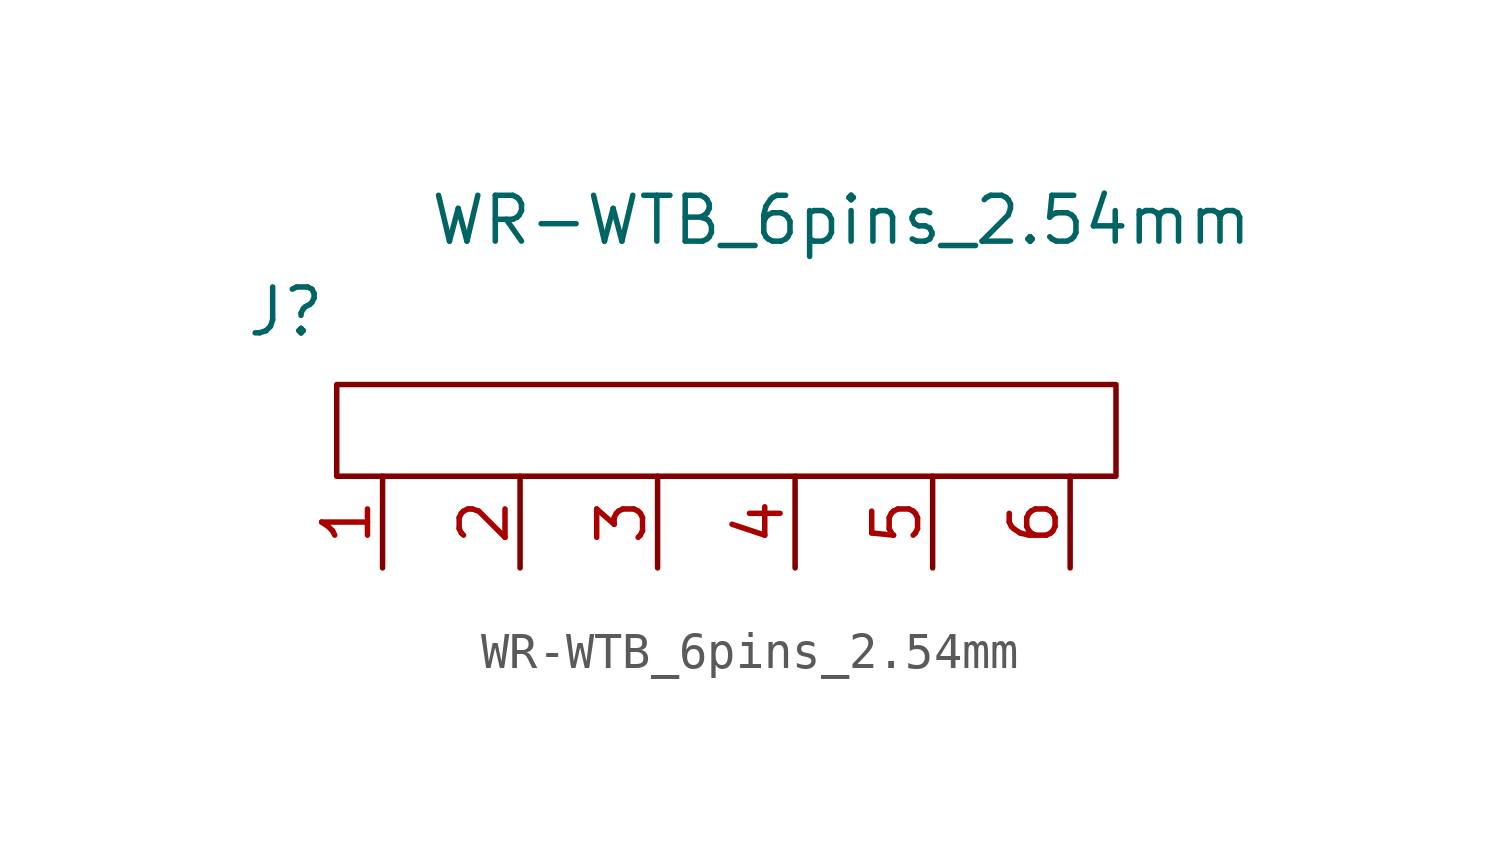
<source format=kicad_sym>
(kicad_symbol_lib
  (version 20211014)
  (generator kicad_symbol_editor)
  (symbol "WR-WTB_6pins_2.54mm"
    (pin_names
      (offset 1.016) hide)
    (property "Reference" "J"
      (at -12.7 -1.27 0)
      (effects (font (size 1.27 1.27)) (justify left bottom)))
    (property "Value" "WR-WTB_6pins_2.54mm"
      (at -7.62 1.27 0)
      (effects (font (size 1.27 1.27)) (justify left bottom)))
    (symbol "WR-WTB_6pins_2.54mm_0_1"
      (rectangle (start -10.16 -2.54) (end 11.43 -5.08) (stroke (width 0) (type default) (color 0 0 0 0)) (fill (type none))))
    (symbol "WR-WTB_6pins_2.54mm_1_1"
      (pin passive line (at -8.89 -7.62 90) (length 2.54) (name "~" (effects (font (size 1.27 1.27)))) (number "1" (effects (font (size 1.27 1.27)))))
      (pin passive line (at -5.08 -7.62 90) (length 2.54) (name "~" (effects (font (size 1.27 1.27)))) (number "2" (effects (font (size 1.27 1.27)))))
      (pin passive line (at -1.27 -7.62 90) (length 2.54) (name "~" (effects (font (size 1.27 1.27)))) (number "3" (effects (font (size 1.27 1.27)))))
      (pin passive line (at 2.54 -7.62 90) (length 2.54) (name "~" (effects (font (size 1.27 1.27)))) (number "4" (effects (font (size 1.27 1.27)))))
      (pin passive line (at 6.35 -7.62 90) (length 2.54) (name "~" (effects (font (size 1.27 1.27)))) (number "5" (effects (font (size 1.27 1.27)))))
      (pin passive line (at 10.16 -7.62 90) (length 2.54) (name "~" (effects (font (size 1.27 1.27)))) (number "6" (effects (font (size 1.27 1.27))))))))
</source>
